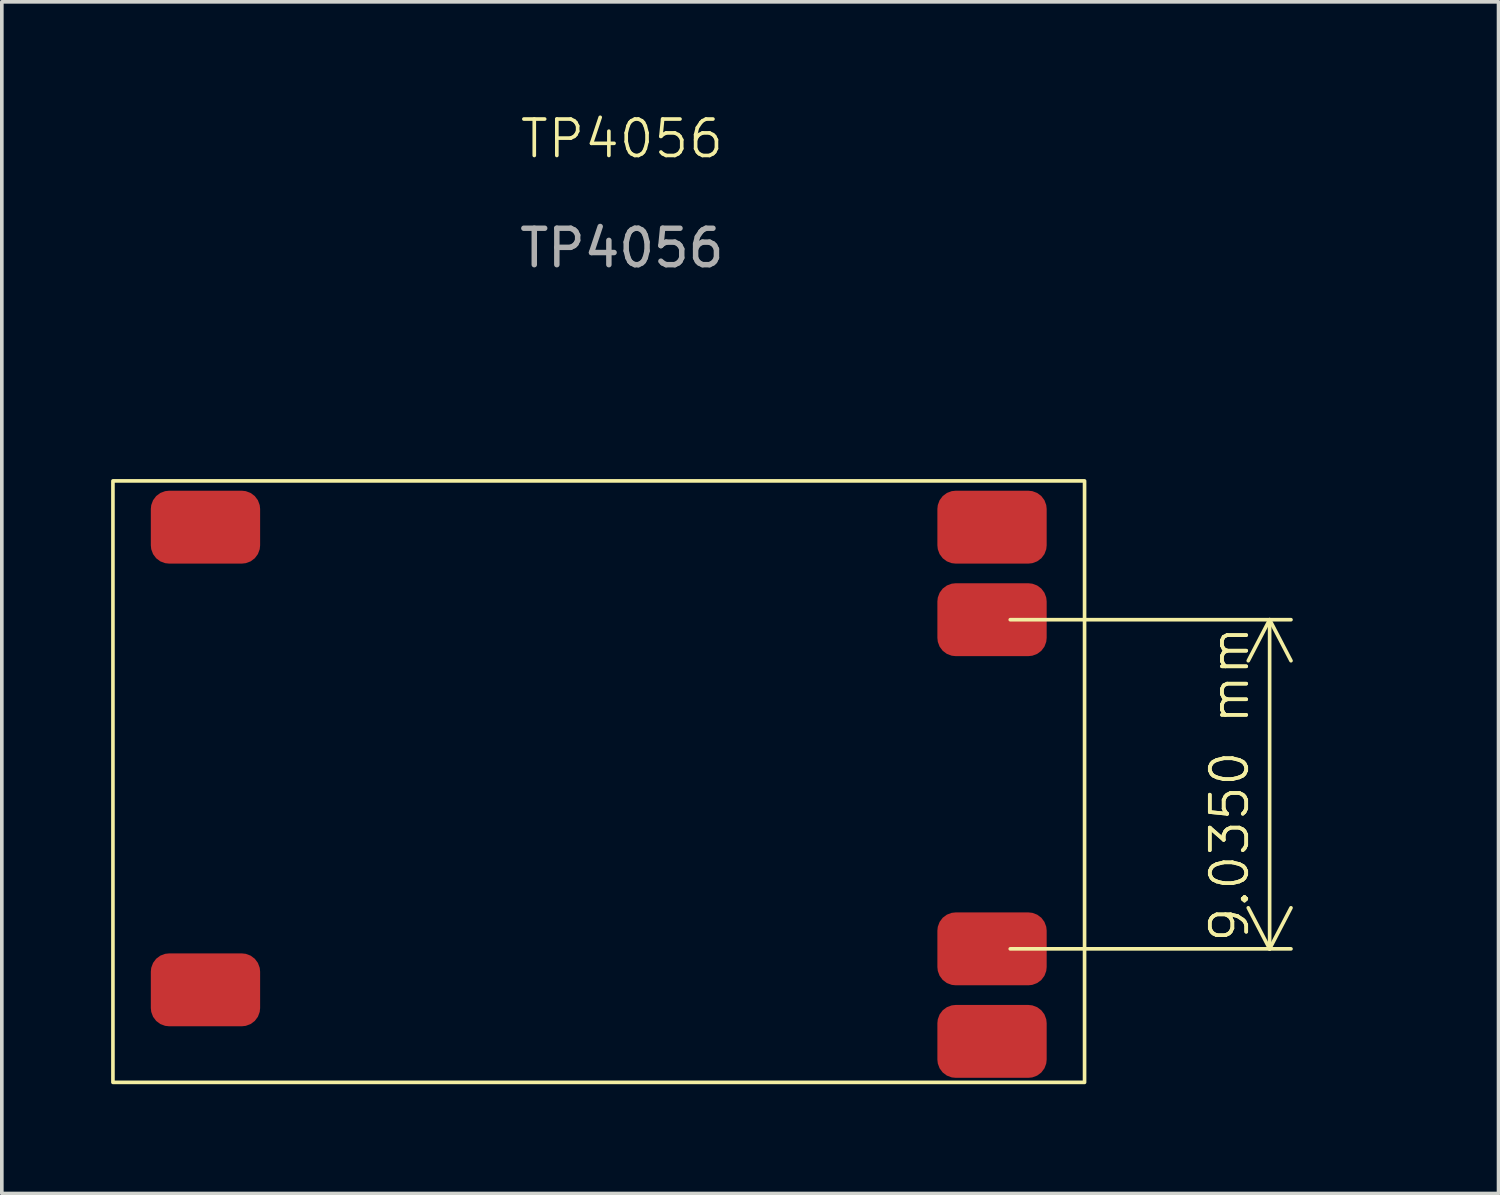
<source format=kicad_pcb>
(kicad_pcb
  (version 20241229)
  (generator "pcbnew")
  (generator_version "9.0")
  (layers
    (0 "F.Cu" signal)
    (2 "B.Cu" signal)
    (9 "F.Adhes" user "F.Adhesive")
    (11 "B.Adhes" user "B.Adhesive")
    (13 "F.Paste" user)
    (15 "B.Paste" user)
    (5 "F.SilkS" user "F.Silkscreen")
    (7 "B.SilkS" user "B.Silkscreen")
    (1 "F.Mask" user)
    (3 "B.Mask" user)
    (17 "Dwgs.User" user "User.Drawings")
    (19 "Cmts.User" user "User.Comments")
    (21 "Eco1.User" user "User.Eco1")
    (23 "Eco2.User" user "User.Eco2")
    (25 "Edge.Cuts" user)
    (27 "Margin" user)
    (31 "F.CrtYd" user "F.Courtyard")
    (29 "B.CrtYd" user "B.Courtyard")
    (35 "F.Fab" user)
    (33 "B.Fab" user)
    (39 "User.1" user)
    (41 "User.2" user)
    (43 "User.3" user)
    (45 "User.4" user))
  (footprint "TP4056"
    (layer "F.Cu")
    (at 14.02 1.26)
    (property "Reference" "TP4056" (at 0 -0.5 0) (unlocked yes) (layer "F.SilkS") (effects (font (size 1 1) (thickness 0.1))))
    (attr smd)
    (fp_rect (start -13.97 8.89) (end 12.7 25.4) (stroke (width 0.1) (type default)) (fill no) (layer "F.SilkS"))
    (fp_text user "${REFERENCE}" (at 0 2.5 0) (unlocked yes) (layer "F.Fab") (effects (font (size 1 1) (thickness 0.15))))
    (dimension (type aligned) (layer "F.SilkS") (pts (xy 24.18 22.995) (xy 24.18 13.96)) (height 7.62) (format (prefix "") (suffix "") (units 3) (units_format 1) (precision 4)) (style (thickness 0.1) (arrow_length 1.27) (text_position_mode 0) (arrow_direction outward) (extension_height 0.586) (extension_offset 0.5) (keep_text_aligned yes)) (gr_text "9.0350 mm" (at 30.7 18.478 90) (layer "F.SilkS") (effects (font (size 1 1) (thickness 0.1)))))
    (pad "1" smd roundrect (at -11.43 10.16) (size 3 2) (layers "F.Cu" "F.Mask" "F.Paste") (roundrect_rratio 0.25))
    (pad "2" smd roundrect (at -11.43 22.86) (size 3 2) (layers "F.Cu" "F.Mask" "F.Paste") (roundrect_rratio 0.25))
    (pad "3" smd roundrect (at 10.16 10.16) (size 3 2) (layers "F.Cu" "F.Mask" "F.Paste") (roundrect_rratio 0.25))
    (pad "4" smd roundrect (at 10.16 24.275) (size 3 2) (layers "F.Cu" "F.Mask" "F.Paste") (roundrect_rratio 0.25))
    (pad "5" smd roundrect (at 10.16 12.7) (size 3 2) (layers "F.Cu" "F.Mask" "F.Paste") (roundrect_rratio 0.25))
    (pad "6" smd roundrect (at 10.16 21.735) (size 3 2) (layers "F.Cu" "F.Mask" "F.Paste") (roundrect_rratio 0.25)))
  (gr_rect
    (start -3 -3)
    (end 38.083 29.71)
    (stroke (width 0.1) (type default))
    (fill no)
    (layer "Edge.Cuts")))
</source>
